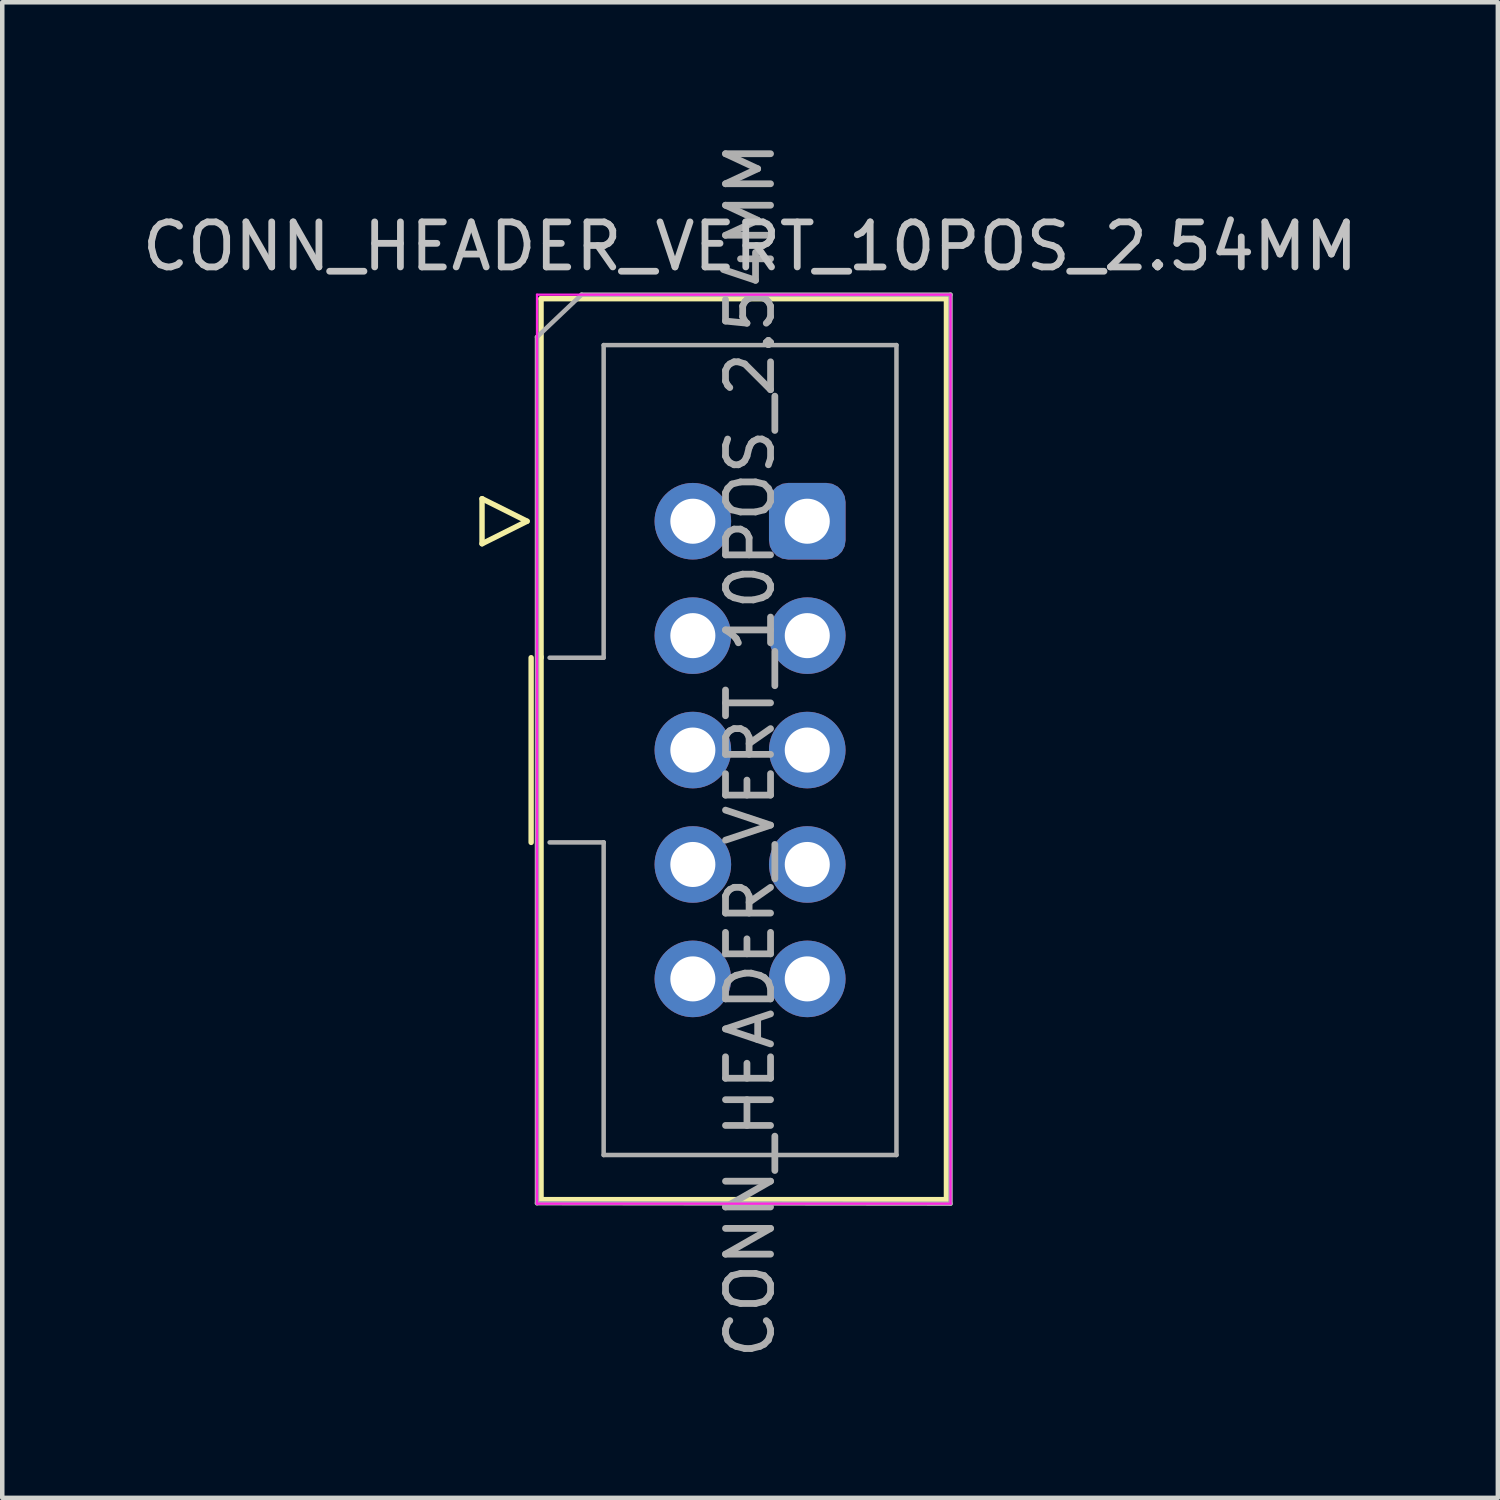
<source format=kicad_pcb>
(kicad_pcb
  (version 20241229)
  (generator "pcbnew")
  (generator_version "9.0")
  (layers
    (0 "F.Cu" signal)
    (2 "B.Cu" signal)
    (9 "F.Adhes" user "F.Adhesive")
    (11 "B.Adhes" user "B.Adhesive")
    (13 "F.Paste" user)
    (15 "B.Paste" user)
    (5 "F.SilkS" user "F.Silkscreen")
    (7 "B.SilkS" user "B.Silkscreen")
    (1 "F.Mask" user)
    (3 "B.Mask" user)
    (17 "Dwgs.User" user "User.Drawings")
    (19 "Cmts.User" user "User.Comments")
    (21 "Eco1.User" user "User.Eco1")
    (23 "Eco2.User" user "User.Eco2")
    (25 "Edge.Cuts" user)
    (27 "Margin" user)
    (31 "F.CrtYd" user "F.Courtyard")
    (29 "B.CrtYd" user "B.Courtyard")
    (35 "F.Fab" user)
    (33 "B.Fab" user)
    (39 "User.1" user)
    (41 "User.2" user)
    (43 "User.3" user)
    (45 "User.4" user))
  (footprint "CONN_HEADER_VERT_10POS_2.54MM"
    (layer "F.Cu")
    (at 12.331 8.521)
    (property "Reference" "CONN_HEADER_VERT_10POS_2.54MM" (at 1.27 -6.1 180) (layer "Dwgs.User") (effects (font (size 1 1) (thickness 0.15))))
    (attr through_hole)
    (fp_line (start -4.68 -0.5) (end -4.68 0.5) (stroke (width 0.12) (type solid)) (layer "F.SilkS"))
    (fp_line (start -4.68 0.5) (end -3.68 0) (stroke (width 0.12) (type solid)) (layer "F.SilkS"))
    (fp_line (start -3.68 0) (end -4.68 -0.5) (stroke (width 0.12) (type solid)) (layer "F.SilkS"))
    (fp_line (start -3.59 7.13) (end -3.59 3.03) (stroke (width 0.12) (type solid)) (layer "F.SilkS"))
    (fp_line (start -3.37 -4.94) (end 5.63 -4.94) (stroke (width 0.12) (type solid)) (layer "F.SilkS"))
    (fp_line (start -3.37 3.03) (end -3.37 -4.94) (stroke (width 0.12) (type solid)) (layer "F.SilkS"))
    (fp_line (start -3.37 15.06) (end -3.37 3.01) (stroke (width 0.12) (type solid)) (layer "F.SilkS"))
    (fp_line (start 5.63 -4.94) (end 5.63 15.06) (stroke (width 0.12) (type solid)) (layer "F.SilkS"))
    (fp_line (start 5.63 15.06) (end -3.37 15.06) (stroke (width 0.12) (type solid)) (layer "F.SilkS"))
    (fp_line (start -3.46 -5.03) (end -3.46 15.15) (stroke (width 0.05) (type solid)) (layer "F.CrtYd"))
    (fp_line (start -3.46 15.15) (end 5.72 15.15) (stroke (width 0.05) (type solid)) (layer "F.CrtYd"))
    (fp_line (start 5.72 -5.03) (end -3.46 -5.03) (stroke (width 0.05) (type solid)) (layer "F.CrtYd"))
    (fp_line (start 5.72 15.15) (end 5.72 -5.03) (stroke (width 0.05) (type solid)) (layer "F.CrtYd"))
    (fp_line (start -3.46 -4.09) (end -2.47 -5.03) (stroke (width 0.1) (type solid)) (layer "F.Fab"))
    (fp_line (start -3.46 15.14) (end -3.46 -4.09) (stroke (width 0.1) (type solid)) (layer "F.Fab"))
    (fp_line (start -3.18 3.03) (end -1.98 3.03) (stroke (width 0.1) (type solid)) (layer "F.Fab"))
    (fp_line (start -2.47 -5.03) (end 5.72 -5.03) (stroke (width 0.1) (type solid)) (layer "F.Fab"))
    (fp_line (start -1.98 -3.91) (end 4.52 -3.91) (stroke (width 0.1) (type solid)) (layer "F.Fab"))
    (fp_line (start -1.98 3.03) (end -1.98 -3.91) (stroke (width 0.1) (type solid)) (layer "F.Fab"))
    (fp_line (start -1.98 7.13) (end -3.18 7.13) (stroke (width 0.1) (type solid)) (layer "F.Fab"))
    (fp_line (start -1.98 7.13) (end -1.98 7.13) (stroke (width 0.1) (type solid)) (layer "F.Fab"))
    (fp_line (start -1.98 14.07) (end -1.98 7.13) (stroke (width 0.1) (type solid)) (layer "F.Fab"))
    (fp_line (start 4.52 -3.91) (end 4.52 14.07) (stroke (width 0.1) (type solid)) (layer "F.Fab"))
    (fp_line (start 4.52 14.07) (end -1.98 14.07) (stroke (width 0.1) (type solid)) (layer "F.Fab"))
    (fp_line (start 5.72 -5.03) (end 5.72 15.15) (stroke (width 0.1) (type solid)) (layer "F.Fab"))
    (fp_line (start 5.72 15.15) (end -3.46 15.14) (stroke (width 0.1) (type solid)) (layer "F.Fab"))
    (fp_text user "${REFERENCE}" (at 1.27 5.08 90) (layer "F.Fab") (effects (font (size 1 1) (thickness 0.15))))
    (pad "1" thru_hole circle (at 0 0) (size 1.7 1.7) (drill 1) (layers "*.Cu" "*.Mask") (remove_unused_layers yes) (keep_end_layers yes) (zone_layer_connections))
    (pad "2" thru_hole roundrect (at 2.54 0) (size 1.7 1.7) (drill 1) (layers "*.Cu" "*.Mask") (remove_unused_layers yes) (keep_end_layers yes) (zone_layer_connections) (roundrect_rratio 0.25))
    (pad "3" thru_hole circle (at 0 2.54) (size 1.7 1.7) (drill 1) (layers "*.Cu" "*.Mask") (remove_unused_layers yes) (keep_end_layers yes) (zone_layer_connections))
    (pad "4" thru_hole circle (at 2.54 2.54) (size 1.7 1.7) (drill 1) (layers "*.Cu" "*.Mask") (remove_unused_layers yes) (keep_end_layers yes) (zone_layer_connections))
    (pad "5" thru_hole circle (at 0 5.08) (size 1.7 1.7) (drill 1) (layers "*.Cu" "*.Mask") (remove_unused_layers yes) (keep_end_layers yes) (zone_layer_connections))
    (pad "6" thru_hole circle (at 2.54 5.08) (size 1.7 1.7) (drill 1) (layers "*.Cu" "*.Mask") (remove_unused_layers yes) (keep_end_layers yes) (zone_layer_connections))
    (pad "7" thru_hole circle (at 0 7.62) (size 1.7 1.7) (drill 1) (layers "*.Cu" "*.Mask") (remove_unused_layers yes) (keep_end_layers yes) (zone_layer_connections))
    (pad "8" thru_hole circle (at 2.54 7.62) (size 1.7 1.7) (drill 1) (layers "*.Cu" "*.Mask") (remove_unused_layers yes) (keep_end_layers yes) (zone_layer_connections))
    (pad "9" thru_hole circle (at 0 10.16) (size 1.7 1.7) (drill 1) (layers "*.Cu" "*.Mask") (remove_unused_layers yes) (keep_end_layers yes) (zone_layer_connections))
    (pad "10" thru_hole circle (at 2.54 10.16) (size 1.7 1.7) (drill 1) (layers "*.Cu" "*.Mask") (remove_unused_layers yes) (keep_end_layers yes) (zone_layer_connections)))
  (gr_rect
    (start -3 -3)
    (end 30.202 30.202)
    (stroke (width 0.1) (type default))
    (fill no)
    (layer "Edge.Cuts")))
</source>
